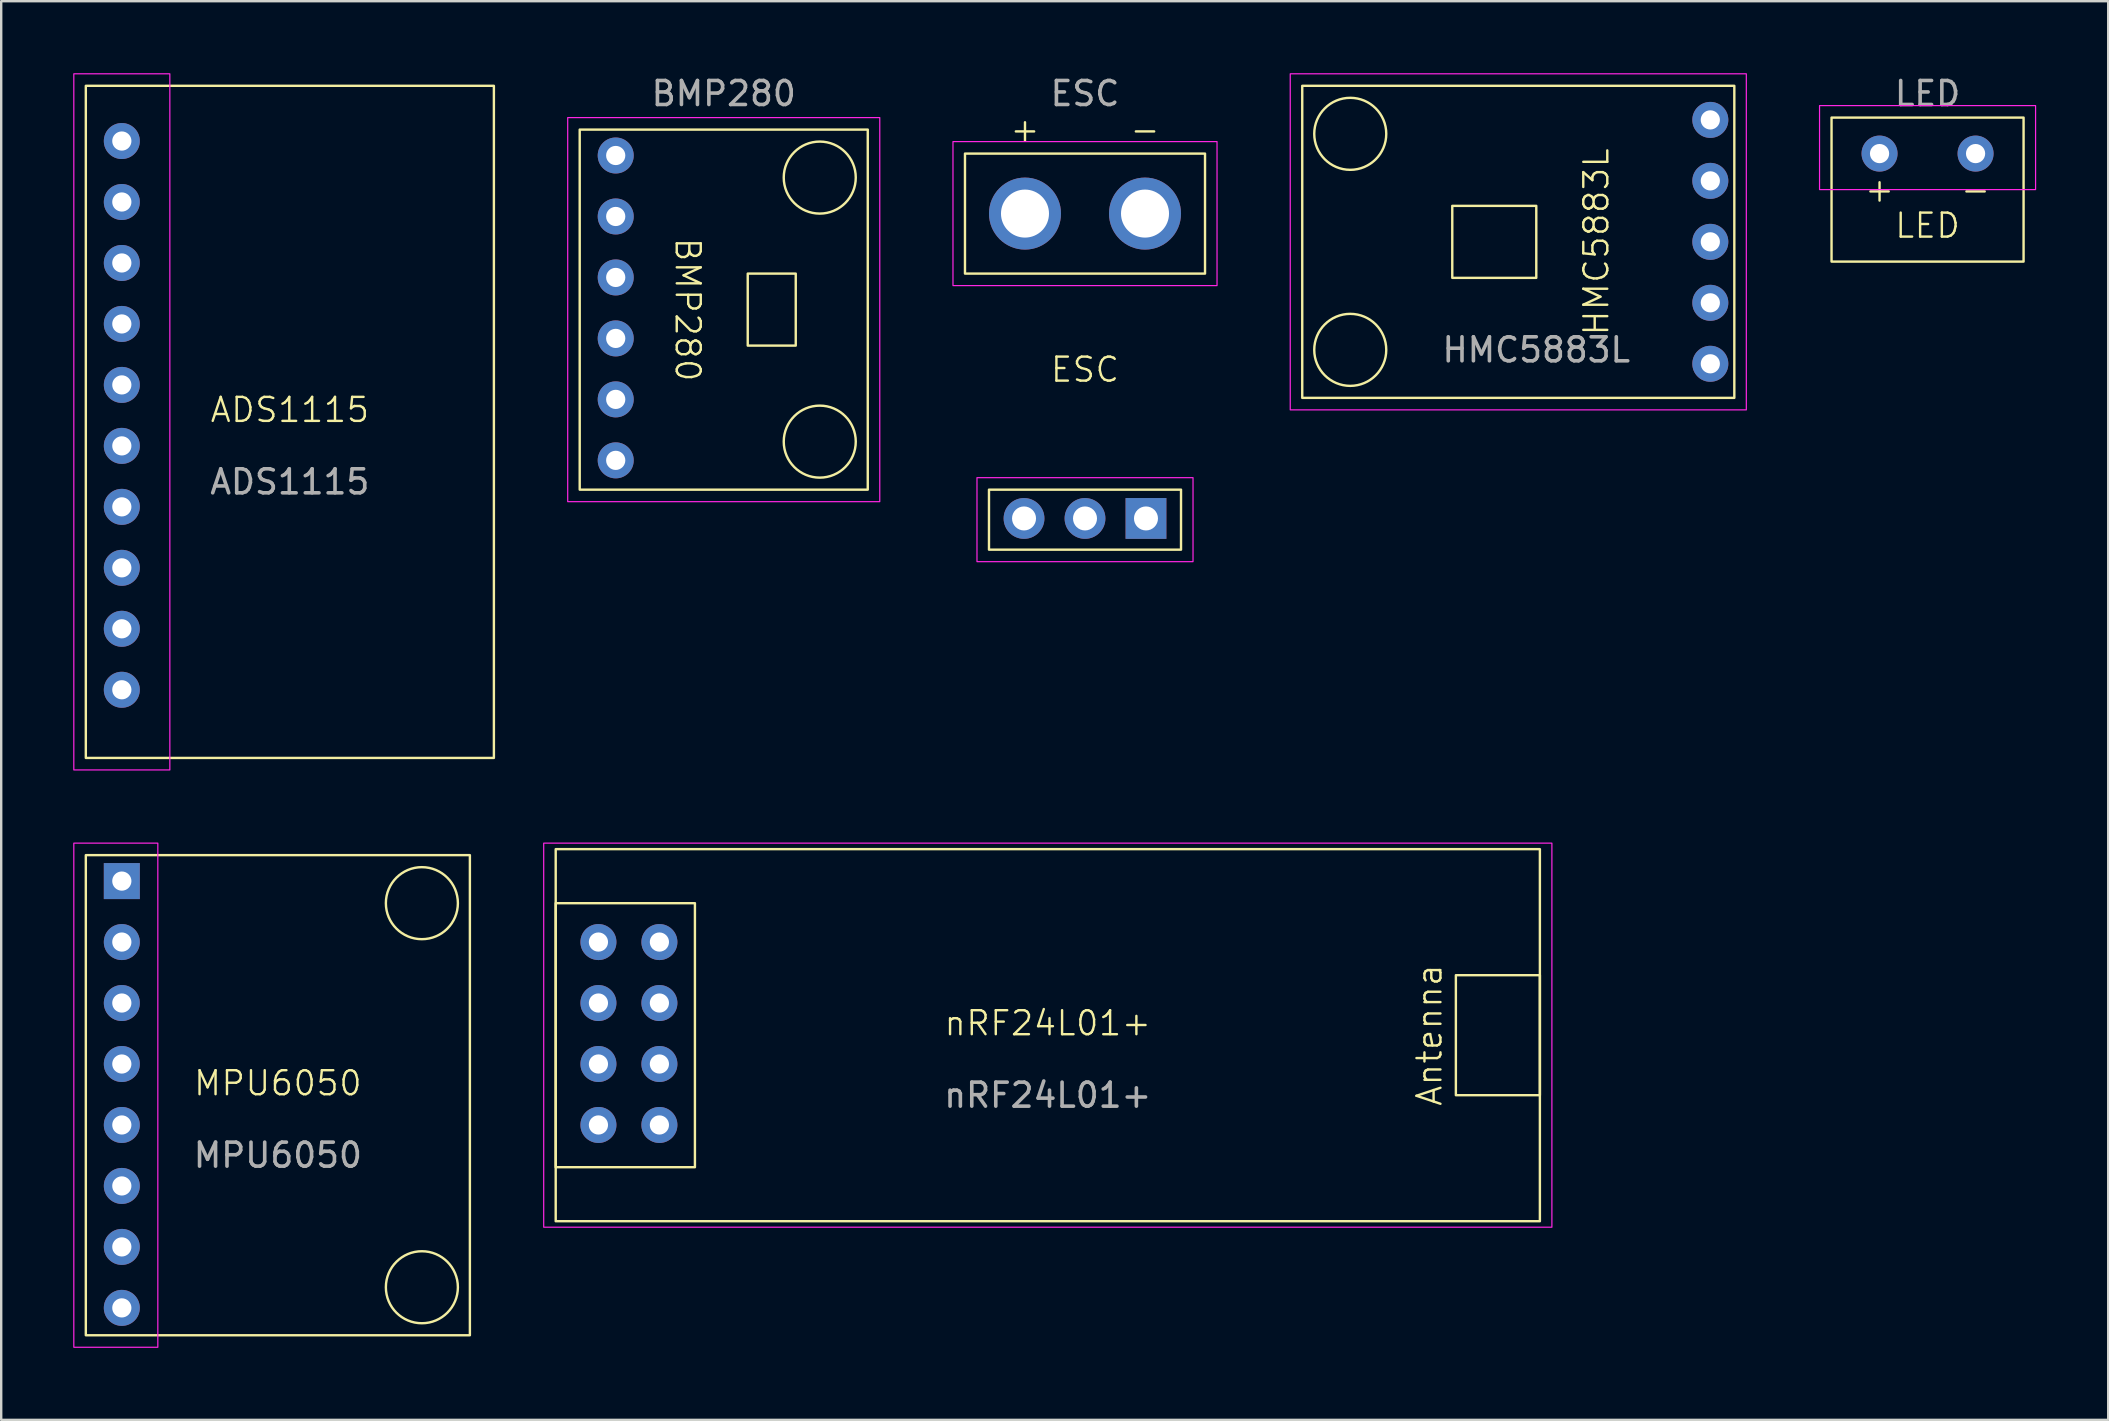
<source format=kicad_pcb>
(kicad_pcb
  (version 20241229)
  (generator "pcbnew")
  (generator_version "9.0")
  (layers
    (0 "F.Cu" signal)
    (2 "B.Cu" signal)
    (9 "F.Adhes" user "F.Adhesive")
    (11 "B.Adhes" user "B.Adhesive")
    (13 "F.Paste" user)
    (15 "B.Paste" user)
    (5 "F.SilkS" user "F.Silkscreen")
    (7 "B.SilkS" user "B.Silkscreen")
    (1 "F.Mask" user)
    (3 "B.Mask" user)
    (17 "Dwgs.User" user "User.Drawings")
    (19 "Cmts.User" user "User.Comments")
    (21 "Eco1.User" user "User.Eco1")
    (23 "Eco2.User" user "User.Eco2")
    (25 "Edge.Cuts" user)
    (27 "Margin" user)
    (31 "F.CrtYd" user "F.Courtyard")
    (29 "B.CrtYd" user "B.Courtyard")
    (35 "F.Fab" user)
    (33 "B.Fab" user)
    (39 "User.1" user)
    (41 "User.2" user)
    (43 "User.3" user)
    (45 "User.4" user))
  (footprint "ADS1115"
    (layer "F.Cu")
    (at 9.025 14.525)
    (property "Reference" "ADS1115" (at 0 -0.5 0) (unlocked yes) (layer "F.SilkS") (effects (font (size 1 1) (thickness 0.1))))
    (attr through_hole)
    (fp_rect (start -8.5 -14) (end 8.5 14) (stroke (width 0.1) (type default)) (fill no) (layer "F.SilkS"))
    (fp_rect (start -9 -14.5) (end -5 14.5) (stroke (width 0.05) (type default)) (fill no) (layer "F.CrtYd"))
    (fp_text user "${REFERENCE}" (at 0 2.5 0) (unlocked yes) (layer "F.Fab") (effects (font (size 1 1) (thickness 0.15))))
    (pad "1" thru_hole circle (at -7 -11.7) (size 1.5 1.5) (drill 0.8) (layers "*.Cu" "*.Mask"))
    (pad "2" thru_hole circle (at -7 -9.16) (size 1.5 1.5) (drill 0.8) (layers "*.Cu" "*.Mask"))
    (pad "3" thru_hole circle (at -7 -6.62) (size 1.5 1.5) (drill 0.8) (layers "*.Cu" "*.Mask"))
    (pad "4" thru_hole circle (at -7 -4.08) (size 1.5 1.5) (drill 0.8) (layers "*.Cu" "*.Mask"))
    (pad "5" thru_hole circle (at -7 -1.54) (size 1.5 1.5) (drill 0.8) (layers "*.Cu" "*.Mask"))
    (pad "6" thru_hole circle (at -7 1) (size 1.5 1.5) (drill 0.8) (layers "*.Cu" "*.Mask"))
    (pad "7" thru_hole circle (at -7 3.54) (size 1.5 1.5) (drill 0.8) (layers "*.Cu" "*.Mask"))
    (pad "8" thru_hole circle (at -7 6.08) (size 1.5 1.5) (drill 0.8) (layers "*.Cu" "*.Mask"))
    (pad "9" thru_hole circle (at -7 8.62) (size 1.5 1.5) (drill 0.8) (layers "*.Cu" "*.Mask"))
    (pad "10" thru_hole circle (at -7 11.16) (size 1.5 1.5) (drill 0.8) (layers "*.Cu" "*.Mask")))
  (footprint "BMP280"
    (layer "F.Cu")
    (at 27.1 9.848)
    (property "Reference" "BMP280" (at -1.5 0 270) (unlocked yes) (layer "F.SilkS") (effects (font (size 1 1) (thickness 0.1))))
    (attr through_hole)
    (fp_rect (start -6 -7.5) (end 6 7.5) (stroke (width 0.1) (type default)) (fill no) (layer "F.SilkS"))
    (fp_rect (start 1 -1.5) (end 3 1.5) (stroke (width 0.1) (type default)) (fill no) (layer "F.SilkS"))
    (fp_circle (center 4 -5.5) (end 5.5 -5.5) (stroke (width 0.1) (type default)) (fill no) (layer "F.SilkS"))
    (fp_circle (center 4 5.5) (end 5.5 5.5) (stroke (width 0.1) (type default)) (fill no) (layer "F.SilkS"))
    (fp_rect (start -6.5 -8) (end 6.5 8) (stroke (width 0.05) (type default)) (fill no) (layer "F.CrtYd"))
    (fp_text user "${REFERENCE}" (at 0 -9 0) (unlocked yes) (layer "F.Fab") (effects (font (size 1 1) (thickness 0.15))))
    (pad "1" thru_hole circle (at -4.5 -6.42) (size 1.5 1.5) (drill 0.8) (layers "*.Cu" "*.Mask"))
    (pad "2" thru_hole circle (at -4.5 -3.88) (size 1.5 1.5) (drill 0.8) (layers "*.Cu" "*.Mask"))
    (pad "3" thru_hole circle (at -4.5 -1.34) (size 1.5 1.5) (drill 0.8) (layers "*.Cu" "*.Mask"))
    (pad "4" thru_hole circle (at -4.5 1.2) (size 1.5 1.5) (drill 0.8) (layers "*.Cu" "*.Mask"))
    (pad "5" thru_hole circle (at -4.5 3.74) (size 1.5 1.5) (drill 0.8) (layers "*.Cu" "*.Mask"))
    (pad "6" thru_hole circle (at -4.5 6.28) (size 1.5 1.5) (drill 0.8) (layers "*.Cu" "*.Mask")))
  (footprint "HMC5883L"
    (layer "F.Cu")
    (at 60.95 7.025)
    (property "Reference" "HMC5883L" (at 2.5 0 90) (unlocked yes) (layer "F.SilkS") (effects (font (size 1 1) (thickness 0.1))))
    (attr through_hole)
    (fp_rect (start -9.75 -6.5) (end 8.25 6.5) (stroke (width 0.1) (type default)) (fill no) (layer "F.SilkS"))
    (fp_rect (start -3.5 -1.5) (end 0 1.5) (stroke (width 0.1) (type default)) (fill no) (layer "F.SilkS"))
    (fp_circle (center -7.75 -4.5) (end -6.25 -4.5) (stroke (width 0.1) (type default)) (fill no) (layer "F.SilkS"))
    (fp_circle (center -7.75 4.5) (end -6.25 4.5) (stroke (width 0.1) (type default)) (fill no) (layer "F.SilkS"))
    (fp_rect (start -10.25 -7) (end 8.75 7) (stroke (width 0.05) (type default)) (fill no) (layer "F.CrtYd"))
    (fp_text user "${REFERENCE}" (at 0 4.5 0) (unlocked yes) (layer "F.Fab") (effects (font (size 1 1) (thickness 0.15))))
    (pad "1" thru_hole circle (at 7.25 -5.08) (size 1.5 1.5) (drill 0.8) (layers "*.Cu" "*.Mask"))
    (pad "2" thru_hole circle (at 7.25 -2.54) (size 1.5 1.5) (drill 0.8) (layers "*.Cu" "*.Mask"))
    (pad "3" thru_hole circle (at 7.25 0) (size 1.5 1.5) (drill 0.8) (layers "*.Cu" "*.Mask"))
    (pad "4" thru_hole circle (at 7.25 2.54) (size 1.5 1.5) (drill 0.8) (layers "*.Cu" "*.Mask"))
    (pad "5" thru_hole circle (at 7.25 5.08) (size 1.5 1.5) (drill 0.8) (layers "*.Cu" "*.Mask")))
  (footprint "ESC"
    (layer "F.Cu")
    (at 42.15 12.348)
    (property "Reference" "ESC" (at 0 0 0) (unlocked yes) (layer "F.SilkS") (effects (font (size 1 1) (thickness 0.1))))
    (attr through_hole)
    (fp_rect (start -5 -9) (end 5 -4) (stroke (width 0.1) (type default)) (fill no) (layer "F.SilkS"))
    (fp_rect (start -4 5) (end 4 7.5) (stroke (width 0.1) (type default)) (fill no) (layer "F.SilkS"))
    (fp_rect (start -5.5 -9.5) (end 5.5 -3.5) (stroke (width 0.05) (type default)) (fill no) (layer "F.CrtYd"))
    (fp_rect (start -4.5 4.5) (end 4.5 8) (stroke (width 0.05) (type default)) (fill no) (layer "F.CrtYd"))
    (fp_text user "+" (at -2.5 -10 0) (unlocked yes) (layer "F.SilkS") (effects (font (size 1 1) (thickness 0.1))))
    (fp_text user "-" (at 2.5 -10 0) (unlocked yes) (layer "F.SilkS") (effects (font (size 1 1) (thickness 0.1))))
    (fp_text user "${REFERENCE}" (at 0 -11.5 0) (unlocked yes) (layer "F.Fab") (effects (font (size 1 1) (thickness 0.15))))
    (pad "1" thru_hole circle (at -2.5 -6.5) (size 3 3) (drill 2) (layers "*.Cu" "*.Mask"))
    (pad "2" thru_hole circle (at 2.5 -6.5) (size 3 3) (drill 2) (layers "*.Cu" "*.Mask"))
    (pad "3" thru_hole circle (at -2.54 6.2) (size 1.7 1.7) (drill 1) (layers "*.Cu" "*.Mask"))
    (pad "4" thru_hole circle (at 0 6.2) (size 1.7 1.7) (drill 1) (layers "*.Cu" "*.Mask"))
    (pad "5" thru_hole rect (at 2.54 6.2) (size 1.7 1.7) (drill 1) (layers "*.Cu" "*.Mask")))
  (footprint "LED"
    (layer "F.Cu")
    (at 77.25 4.848)
    (property "Reference" "LED" (at 0 1.5 0) (unlocked yes) (layer "F.SilkS") (effects (font (size 1 1) (thickness 0.1))))
    (attr through_hole)
    (fp_rect (start -4 -3) (end 4 3) (stroke (width 0.1) (type default)) (fill no) (layer "F.SilkS"))
    (fp_rect (start -4.5 -3.5) (end 4.5 0) (stroke (width 0.05) (type default)) (fill no) (layer "F.CrtYd"))
    (fp_text user "+" (at -2 0 0) (unlocked yes) (layer "F.SilkS") (effects (font (size 1 1) (thickness 0.1))))
    (fp_text user "-" (at 2 0 0) (unlocked yes) (layer "F.SilkS") (effects (font (size 1 1) (thickness 0.1))))
    (fp_text user "${REFERENCE}" (at 0 -4 0) (unlocked yes) (layer "F.Fab") (effects (font (size 1 1) (thickness 0.15))))
    (pad "1" thru_hole circle (at -2 -1.5) (size 1.5 1.5) (drill 0.8) (layers "*.Cu" "*.Mask"))
    (pad "2" thru_hole circle (at 2 -1.5) (size 1.5 1.5) (drill 0.8) (layers "*.Cu" "*.Mask")))
  (footprint "nRF24L01+"
    (layer "F.Cu")
    (at 40.6 40.075)
    (property "Reference" "nRF24L01+" (at 0 -0.5 0) (unlocked yes) (layer "F.SilkS") (effects (font (size 1 1) (thickness 0.1))))
    (attr through_hole)
    (fp_rect (start -20.5 -7.75) (end 20.5 7.75) (stroke (width 0.1) (type default)) (fill no) (layer "F.SilkS"))
    (fp_rect (start -20.5 -5.5) (end -14.7 5.5) (stroke (width 0.1) (type default)) (fill no) (layer "F.SilkS"))
    (fp_rect (start 17 -2.5) (end 20.5 2.5) (stroke (width 0.1) (type default)) (fill no) (layer "F.SilkS"))
    (fp_rect (start -21 -8) (end 21 8) (stroke (width 0.05) (type default)) (fill no) (layer "F.CrtYd"))
    (fp_text user "Antenna" (at 15.9 0 90) (unlocked yes) (layer "F.SilkS") (effects (font (size 1 1) (thickness 0.1))))
    (fp_text user "${REFERENCE}" (at 0 2.5 0) (unlocked yes) (layer "F.Fab") (effects (font (size 1 1) (thickness 0.15))))
    (pad "1" thru_hole circle (at -16.18 -3.88) (size 1.5 1.5) (drill 0.8) (layers "*.Cu" "*.Mask"))
    (pad "2" thru_hole circle (at -18.72 -3.88) (size 1.5 1.5) (drill 0.8) (layers "*.Cu" "*.Mask"))
    (pad "3" thru_hole circle (at -18.72 -1.34) (size 1.5 1.5) (drill 0.8) (layers "*.Cu" "*.Mask"))
    (pad "4" thru_hole circle (at -16.18 -1.34) (size 1.5 1.5) (drill 0.8) (layers "*.Cu" "*.Mask"))
    (pad "5" thru_hole circle (at -18.72 1.2) (size 1.5 1.5) (drill 0.8) (layers "*.Cu" "*.Mask"))
    (pad "6" thru_hole circle (at -16.18 1.2) (size 1.5 1.5) (drill 0.8) (layers "*.Cu" "*.Mask"))
    (pad "7" thru_hole circle (at -18.72 3.74) (size 1.5 1.5) (drill 0.8) (layers "*.Cu" "*.Mask"))
    (pad "8" thru_hole circle (at -16.18 3.74) (size 1.5 1.5) (drill 0.8) (layers "*.Cu" "*.Mask")))
  (footprint "MPU6050"
    (layer "F.Cu")
    (at 8.525 42.575)
    (property "Reference" "MPU6050" (at 0 -0.5 0) (unlocked yes) (layer "F.SilkS") (effects (font (size 1 1) (thickness 0.1))))
    (attr through_hole)
    (fp_rect (start -8 -10) (end 8 10) (stroke (width 0.1) (type default)) (fill no) (layer "F.SilkS"))
    (fp_circle (center 6 -8) (end 7.5 -8) (stroke (width 0.1) (type default)) (fill no) (layer "F.SilkS"))
    (fp_circle (center 6 8) (end 7.5 8) (stroke (width 0.1) (type default)) (fill no) (layer "F.SilkS"))
    (fp_rect (start -8.5 -10.5) (end -5 10.5) (stroke (width 0.05) (type default)) (fill no) (layer "F.CrtYd"))
    (fp_text user "${REFERENCE}" (at 0 2.5 0) (unlocked yes) (layer "F.Fab") (effects (font (size 1 1) (thickness 0.15))))
    (pad "1" thru_hole rect (at -6.5 -8.92) (size 1.5 1.5) (drill 0.8) (layers "*.Cu" "*.Mask"))
    (pad "2" thru_hole circle (at -6.5 -6.38) (size 1.5 1.5) (drill 0.8) (layers "*.Cu" "*.Mask"))
    (pad "3" thru_hole circle (at -6.5 -3.84) (size 1.5 1.5) (drill 0.8) (layers "*.Cu" "*.Mask"))
    (pad "4" thru_hole circle (at -6.5 -1.3) (size 1.5 1.5) (drill 0.8) (layers "*.Cu" "*.Mask"))
    (pad "5" thru_hole circle (at -6.5 1.24) (size 1.5 1.5) (drill 0.8) (layers "*.Cu" "*.Mask"))
    (pad "6" thru_hole circle (at -6.5 3.78) (size 1.5 1.5) (drill 0.8) (layers "*.Cu" "*.Mask"))
    (pad "7" thru_hole circle (at -6.5 6.32) (size 1.5 1.5) (drill 0.8) (layers "*.Cu" "*.Mask"))
    (pad "8" thru_hole circle (at -6.5 8.86) (size 1.5 1.5) (drill 0.8) (layers "*.Cu" "*.Mask")))
  (gr_rect
    (start -3 -3)
    (end 84.775 56.1)
    (stroke (width 0.1) (type default))
    (fill no)
    (layer "Edge.Cuts")))
</source>
